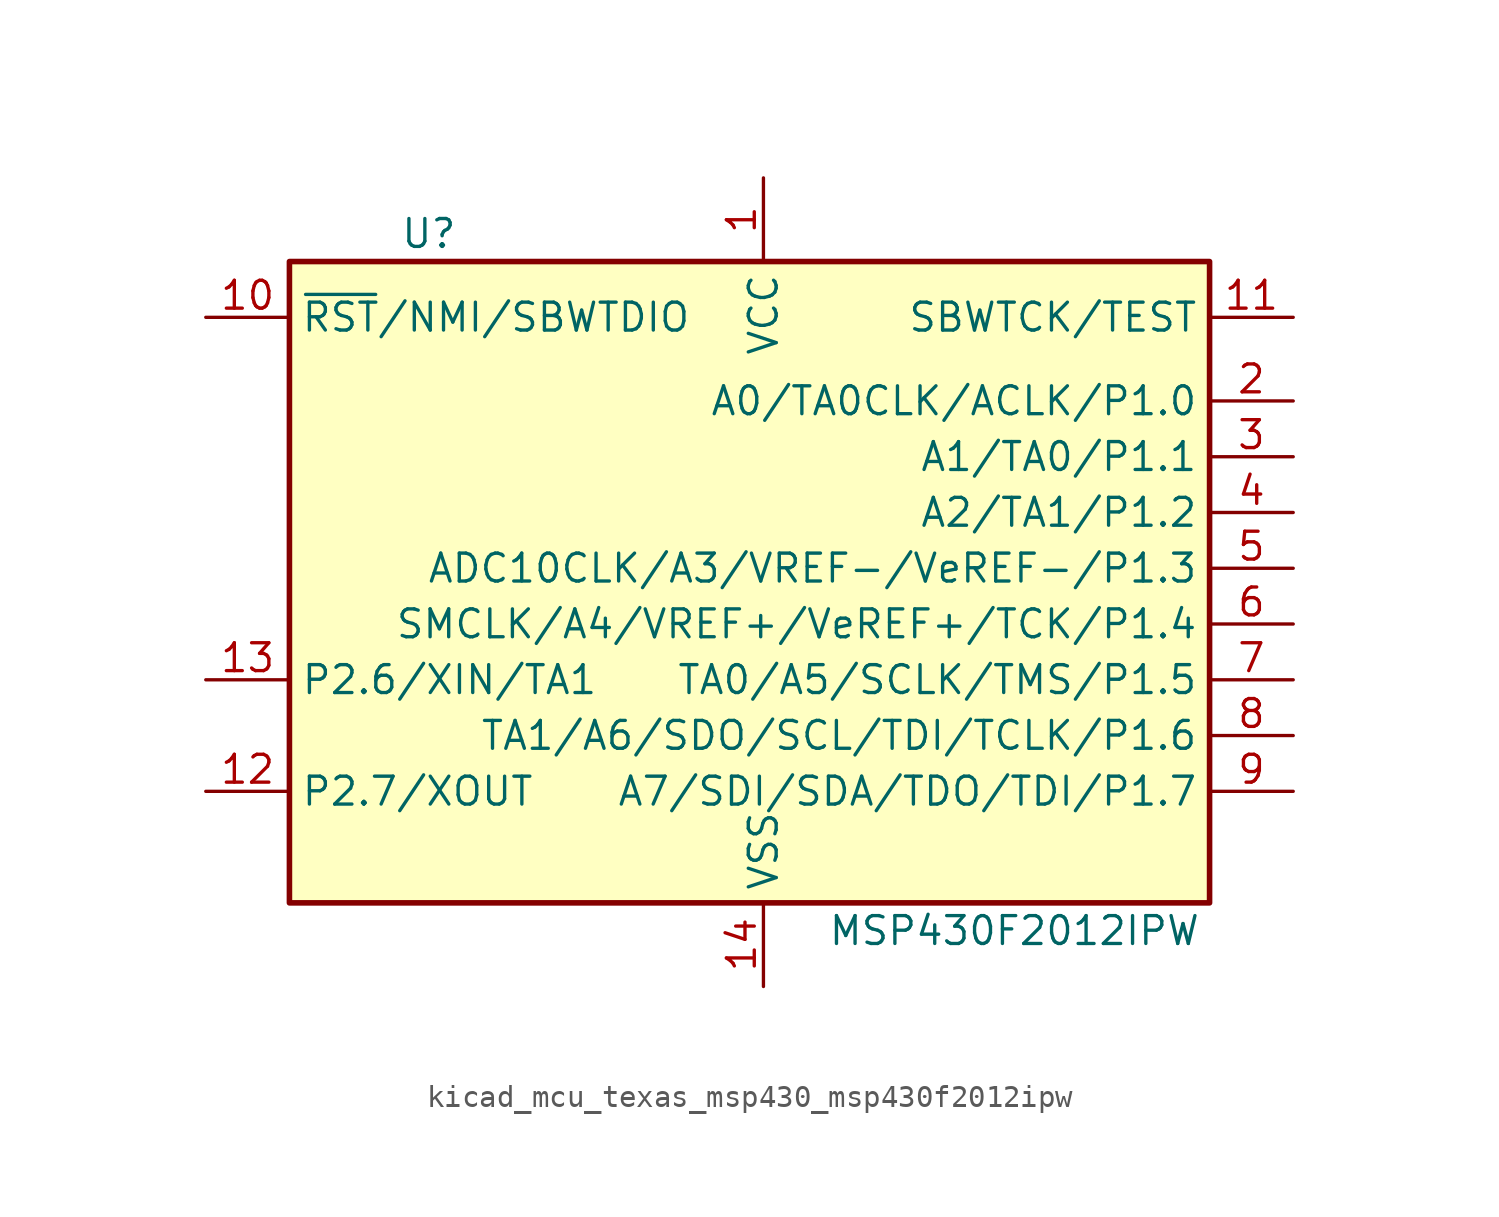
<source format=kicad_sym>
(kicad_symbol_lib
  (version 20220914)
  (generator kicad_symbol_editor)
  (symbol "kicad_mcu_texas_msp430_msp430f2012ipw"
    (property "Reference" "U"
      (at -15.24 15.24 0)
      (effects (font (size 1.27 1.27))))
    (property "Value" "MSP430F2012IPW"
      (at 11.43 -16.51 0)
      (effects (font (size 1.27 1.27))))
    (symbol "kicad_mcu_texas_msp430_msp430f2012ipw_0_1"
      (rectangle (start -21.59 13.97) (end 20.32 -15.24) (stroke (width 0.254) (type default)) (fill (type background))))
    (symbol "kicad_mcu_texas_msp430_msp430f2012ipw_1_1"
      (pin power_in line (at 0 17.78 270) (length 3.81) (name "VCC" (effects (font (size 1.27 1.27)))) (number "1" (effects (font (size 1.27 1.27)))))
      (pin input line (at -25.4 11.43 0) (length 3.81) (name "~{RST}/NMI/SBWTDIO" (effects (font (size 1.27 1.27)))) (number "10" (effects (font (size 1.27 1.27)))))
      (pin input line (at 24.13 11.43 180) (length 3.81) (name "SBWTCK/TEST" (effects (font (size 1.27 1.27)))) (number "11" (effects (font (size 1.27 1.27)))))
      (pin bidirectional line (at -25.4 -10.16 0) (length 3.81) (name "P2.7/XOUT" (effects (font (size 1.27 1.27)))) (number "12" (effects (font (size 1.27 1.27)))))
      (pin bidirectional line (at -25.4 -5.08 0) (length 3.81) (name "P2.6/XIN/TA1" (effects (font (size 1.27 1.27)))) (number "13" (effects (font (size 1.27 1.27)))))
      (pin power_in line (at 0 -19.05 90) (length 3.81) (name "VSS" (effects (font (size 1.27 1.27)))) (number "14" (effects (font (size 1.27 1.27)))))
      (pin bidirectional line (at 24.13 7.62 180) (length 3.81) (name "A0/TA0CLK/ACLK/P1.0" (effects (font (size 1.27 1.27)))) (number "2" (effects (font (size 1.27 1.27)))))
      (pin bidirectional line (at 24.13 5.08 180) (length 3.81) (name "A1/TA0/P1.1" (effects (font (size 1.27 1.27)))) (number "3" (effects (font (size 1.27 1.27)))))
      (pin bidirectional line (at 24.13 2.54 180) (length 3.81) (name "A2/TA1/P1.2" (effects (font (size 1.27 1.27)))) (number "4" (effects (font (size 1.27 1.27)))))
      (pin bidirectional line (at 24.13 0 180) (length 3.81) (name "ADC10CLK/A3/VREF-/VeREF-/P1.3" (effects (font (size 1.27 1.27)))) (number "5" (effects (font (size 1.27 1.27)))))
      (pin bidirectional line (at 24.13 -2.54 180) (length 3.81) (name "SMCLK/A4/VREF+/VeREF+/TCK/P1.4" (effects (font (size 1.27 1.27)))) (number "6" (effects (font (size 1.27 1.27)))))
      (pin bidirectional line (at 24.13 -5.08 180) (length 3.81) (name "TA0/A5/SCLK/TMS/P1.5" (effects (font (size 1.27 1.27)))) (number "7" (effects (font (size 1.27 1.27)))))
      (pin bidirectional line (at 24.13 -7.62 180) (length 3.81) (name "TA1/A6/SDO/SCL/TDI/TCLK/P1.6" (effects (font (size 1.27 1.27)))) (number "8" (effects (font (size 1.27 1.27)))))
      (pin bidirectional line (at 24.13 -10.16 180) (length 3.81) (name "A7/SDI/SDA/TDO/TDI/P1.7" (effects (font (size 1.27 1.27)))) (number "9" (effects (font (size 1.27 1.27))))))))
</source>
